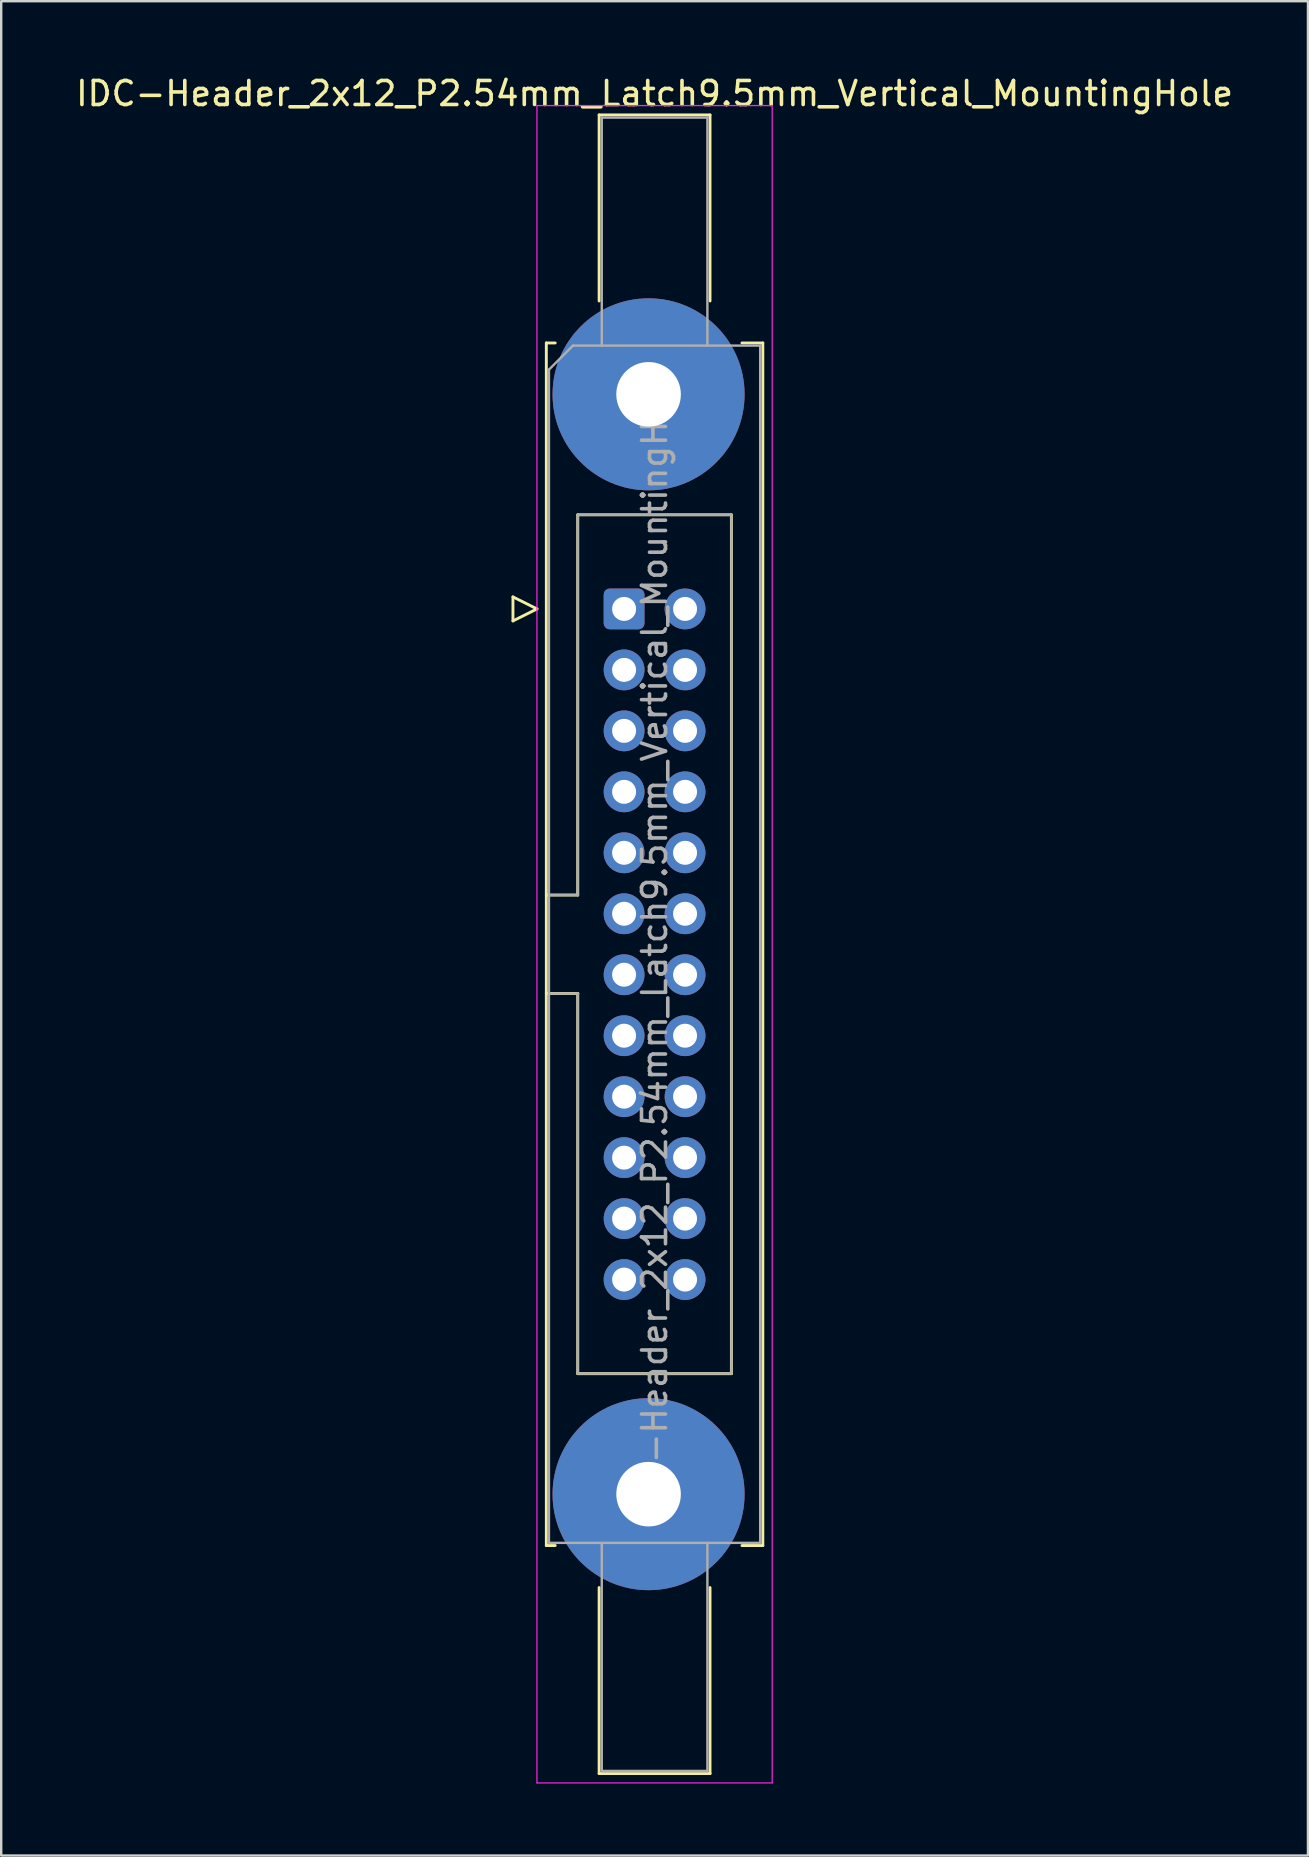
<source format=kicad_pcb>
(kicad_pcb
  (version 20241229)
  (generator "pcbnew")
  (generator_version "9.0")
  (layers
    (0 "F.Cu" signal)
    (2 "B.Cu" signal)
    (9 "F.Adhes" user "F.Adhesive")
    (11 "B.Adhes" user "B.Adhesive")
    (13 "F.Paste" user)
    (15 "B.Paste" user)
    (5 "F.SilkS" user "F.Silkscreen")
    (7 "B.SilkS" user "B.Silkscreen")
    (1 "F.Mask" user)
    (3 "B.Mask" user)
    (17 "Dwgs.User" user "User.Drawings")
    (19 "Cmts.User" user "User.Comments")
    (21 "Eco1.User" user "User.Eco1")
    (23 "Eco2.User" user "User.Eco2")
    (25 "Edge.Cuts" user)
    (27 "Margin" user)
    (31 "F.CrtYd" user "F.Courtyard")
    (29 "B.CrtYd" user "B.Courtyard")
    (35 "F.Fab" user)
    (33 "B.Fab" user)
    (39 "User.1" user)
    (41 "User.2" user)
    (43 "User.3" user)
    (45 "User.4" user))
  (footprint "IDC-Header_2x12_P2.54mm_Latch9.5mm_Vertical_MountingHole"
    (layer "F.Cu")
    (at 22.95 22.318)
    (property "Reference" "IDC-Header_2x12_P2.54mm_Latch9.5mm_Vertical_MountingHole" (at 1.27 -21.47 0) (layer "F.SilkS") (effects (font (size 1 1) (thickness 0.15))))
    (attr through_hole)
    (fp_line (start -4.63 -0.5) (end -4.63 0.5) (stroke (width 0.12) (type solid)) (layer "F.SilkS"))
    (fp_line (start -4.63 0.5) (end -3.63 0) (stroke (width 0.12) (type solid)) (layer "F.SilkS"))
    (fp_line (start -3.63 0) (end -4.63 -0.5) (stroke (width 0.12) (type solid)) (layer "F.SilkS"))
    (fp_line (start -3.24 -11.08) (end -3.24 39.02) (stroke (width 0.12) (type solid)) (layer "F.SilkS"))
    (fp_line (start -3.24 11.92) (end -1.93 11.92) (stroke (width 0.12) (type solid)) (layer "F.SilkS"))
    (fp_line (start -3.24 39.02) (end -2.87 39.02) (stroke (width 0.12) (type solid)) (layer "F.SilkS"))
    (fp_line (start -2.87 -11.08) (end -3.24 -11.08) (stroke (width 0.12) (type solid)) (layer "F.SilkS"))
    (fp_line (start -1.93 -3.92) (end 4.47 -3.92) (stroke (width 0.12) (type solid)) (layer "F.SilkS"))
    (fp_line (start -1.93 11.92) (end -1.93 -3.92) (stroke (width 0.12) (type solid)) (layer "F.SilkS"))
    (fp_line (start -1.93 16.02) (end -3.24 16.02) (stroke (width 0.12) (type solid)) (layer "F.SilkS"))
    (fp_line (start -1.93 16.02) (end -1.93 16.02) (stroke (width 0.12) (type solid)) (layer "F.SilkS"))
    (fp_line (start -1.93 31.86) (end -1.93 16.02) (stroke (width 0.12) (type solid)) (layer "F.SilkS"))
    (fp_line (start -1.04 -20.58) (end 3.58 -20.58) (stroke (width 0.12) (type solid)) (layer "F.SilkS"))
    (fp_line (start -1.04 -12.83) (end -1.04 -20.58) (stroke (width 0.12) (type solid)) (layer "F.SilkS"))
    (fp_line (start -1.04 40.77) (end -1.04 48.52) (stroke (width 0.12) (type solid)) (layer "F.SilkS"))
    (fp_line (start -1.04 48.52) (end 3.58 48.52) (stroke (width 0.12) (type solid)) (layer "F.SilkS"))
    (fp_line (start 3.58 -20.58) (end 3.58 -12.83) (stroke (width 0.12) (type solid)) (layer "F.SilkS"))
    (fp_line (start 3.58 48.52) (end 3.58 40.77) (stroke (width 0.12) (type solid)) (layer "F.SilkS"))
    (fp_line (start 4.47 -3.92) (end 4.47 31.86) (stroke (width 0.12) (type solid)) (layer "F.SilkS"))
    (fp_line (start 4.47 31.86) (end -1.93 31.86) (stroke (width 0.12) (type solid)) (layer "F.SilkS"))
    (fp_line (start 4.91 -11.08) (end 5.78 -11.08) (stroke (width 0.12) (type solid)) (layer "F.SilkS"))
    (fp_line (start 5.78 -11.08) (end 5.78 39.02) (stroke (width 0.12) (type solid)) (layer "F.SilkS"))
    (fp_line (start 5.78 39.02) (end 4.91 39.02) (stroke (width 0.12) (type solid)) (layer "F.SilkS"))
    (fp_line (start -3.63 -20.97) (end -3.63 48.91) (stroke (width 0.05) (type solid)) (layer "F.CrtYd"))
    (fp_line (start -3.63 48.91) (end 6.17 48.91) (stroke (width 0.05) (type solid)) (layer "F.CrtYd"))
    (fp_line (start 6.17 -20.97) (end -3.63 -20.97) (stroke (width 0.05) (type solid)) (layer "F.CrtYd"))
    (fp_line (start 6.17 48.91) (end 6.17 -20.97) (stroke (width 0.05) (type solid)) (layer "F.CrtYd"))
    (fp_line (start -3.13 -9.97) (end -2.13 -10.97) (stroke (width 0.1) (type solid)) (layer "F.Fab"))
    (fp_line (start -3.13 11.92) (end -1.93 11.92) (stroke (width 0.1) (type solid)) (layer "F.Fab"))
    (fp_line (start -3.13 38.91) (end -3.13 -9.97) (stroke (width 0.1) (type solid)) (layer "F.Fab"))
    (fp_line (start -2.13 -10.97) (end 5.67 -10.97) (stroke (width 0.1) (type solid)) (layer "F.Fab"))
    (fp_line (start -1.93 -3.92) (end 4.47 -3.92) (stroke (width 0.1) (type solid)) (layer "F.Fab"))
    (fp_line (start -1.93 11.92) (end -1.93 -3.92) (stroke (width 0.1) (type solid)) (layer "F.Fab"))
    (fp_line (start -1.93 16.02) (end -3.13 16.02) (stroke (width 0.1) (type solid)) (layer "F.Fab"))
    (fp_line (start -1.93 16.02) (end -1.93 16.02) (stroke (width 0.1) (type solid)) (layer "F.Fab"))
    (fp_line (start -1.93 31.86) (end -1.93 16.02) (stroke (width 0.1) (type solid)) (layer "F.Fab"))
    (fp_line (start -0.93 -20.47) (end 3.47 -20.47) (stroke (width 0.1) (type solid)) (layer "F.Fab"))
    (fp_line (start -0.93 -10.97) (end -0.93 -20.47) (stroke (width 0.1) (type solid)) (layer "F.Fab"))
    (fp_line (start -0.93 38.91) (end -0.93 48.41) (stroke (width 0.1) (type solid)) (layer "F.Fab"))
    (fp_line (start -0.93 48.41) (end 3.47 48.41) (stroke (width 0.1) (type solid)) (layer "F.Fab"))
    (fp_line (start 3.47 -20.47) (end 3.47 -10.97) (stroke (width 0.1) (type solid)) (layer "F.Fab"))
    (fp_line (start 3.47 48.41) (end 3.47 38.91) (stroke (width 0.1) (type solid)) (layer "F.Fab"))
    (fp_line (start 4.47 -3.92) (end 4.47 31.86) (stroke (width 0.1) (type solid)) (layer "F.Fab"))
    (fp_line (start 4.47 31.86) (end -1.93 31.86) (stroke (width 0.1) (type solid)) (layer "F.Fab"))
    (fp_line (start 5.67 -10.97) (end 5.67 38.91) (stroke (width 0.1) (type solid)) (layer "F.Fab"))
    (fp_line (start 5.67 38.91) (end -3.13 38.91) (stroke (width 0.1) (type solid)) (layer "F.Fab"))
    (fp_text user "${REFERENCE}" (at 1.27 13.97 90) (layer "F.Fab") (effects (font (size 1 1) (thickness 0.15))))
    (pad "" thru_hole circle (at 1.02 -8.94) (size 8 8) (drill 2.69) (layers "*.Cu" "*.Mask"))
    (pad "" thru_hole circle (at 1.02 36.88) (size 8 8) (drill 2.69) (layers "*.Cu" "*.Mask"))
    (pad "1" thru_hole roundrect (at 0 0) (size 1.7 1.7) (drill 1) (layers "*.Cu" "*.Mask") (roundrect_rratio 0.147))
    (pad "2" thru_hole circle (at 2.54 0) (size 1.7 1.7) (drill 1) (layers "*.Cu" "*.Mask"))
    (pad "3" thru_hole circle (at 0 2.54) (size 1.7 1.7) (drill 1) (layers "*.Cu" "*.Mask"))
    (pad "4" thru_hole circle (at 2.54 2.54) (size 1.7 1.7) (drill 1) (layers "*.Cu" "*.Mask"))
    (pad "5" thru_hole circle (at 0 5.08) (size 1.7 1.7) (drill 1) (layers "*.Cu" "*.Mask"))
    (pad "6" thru_hole circle (at 2.54 5.08) (size 1.7 1.7) (drill 1) (layers "*.Cu" "*.Mask"))
    (pad "7" thru_hole circle (at 0 7.62) (size 1.7 1.7) (drill 1) (layers "*.Cu" "*.Mask"))
    (pad "8" thru_hole circle (at 2.54 7.62) (size 1.7 1.7) (drill 1) (layers "*.Cu" "*.Mask"))
    (pad "9" thru_hole circle (at 0 10.16) (size 1.7 1.7) (drill 1) (layers "*.Cu" "*.Mask"))
    (pad "10" thru_hole circle (at 2.54 10.16) (size 1.7 1.7) (drill 1) (layers "*.Cu" "*.Mask"))
    (pad "11" thru_hole circle (at 0 12.7) (size 1.7 1.7) (drill 1) (layers "*.Cu" "*.Mask"))
    (pad "12" thru_hole circle (at 2.54 12.7) (size 1.7 1.7) (drill 1) (layers "*.Cu" "*.Mask"))
    (pad "13" thru_hole circle (at 0 15.24) (size 1.7 1.7) (drill 1) (layers "*.Cu" "*.Mask"))
    (pad "14" thru_hole circle (at 2.54 15.24) (size 1.7 1.7) (drill 1) (layers "*.Cu" "*.Mask"))
    (pad "15" thru_hole circle (at 0 17.78) (size 1.7 1.7) (drill 1) (layers "*.Cu" "*.Mask"))
    (pad "16" thru_hole circle (at 2.54 17.78) (size 1.7 1.7) (drill 1) (layers "*.Cu" "*.Mask"))
    (pad "17" thru_hole circle (at 0 20.32) (size 1.7 1.7) (drill 1) (layers "*.Cu" "*.Mask"))
    (pad "18" thru_hole circle (at 2.54 20.32) (size 1.7 1.7) (drill 1) (layers "*.Cu" "*.Mask"))
    (pad "19" thru_hole circle (at 0 22.86) (size 1.7 1.7) (drill 1) (layers "*.Cu" "*.Mask"))
    (pad "20" thru_hole circle (at 2.54 22.86) (size 1.7 1.7) (drill 1) (layers "*.Cu" "*.Mask"))
    (pad "21" thru_hole circle (at 0 25.4) (size 1.7 1.7) (drill 1) (layers "*.Cu" "*.Mask"))
    (pad "22" thru_hole circle (at 2.54 25.4) (size 1.7 1.7) (drill 1) (layers "*.Cu" "*.Mask"))
    (pad "23" thru_hole circle (at 0 27.94) (size 1.7 1.7) (drill 1) (layers "*.Cu" "*.Mask"))
    (pad "24" thru_hole circle (at 2.54 27.94) (size 1.7 1.7) (drill 1) (layers "*.Cu" "*.Mask")))
  (gr_rect
    (start -3 -3)
    (end 51.44 74.253)
    (stroke (width 0.1) (type default))
    (fill no)
    (layer "Edge.Cuts")))
</source>
